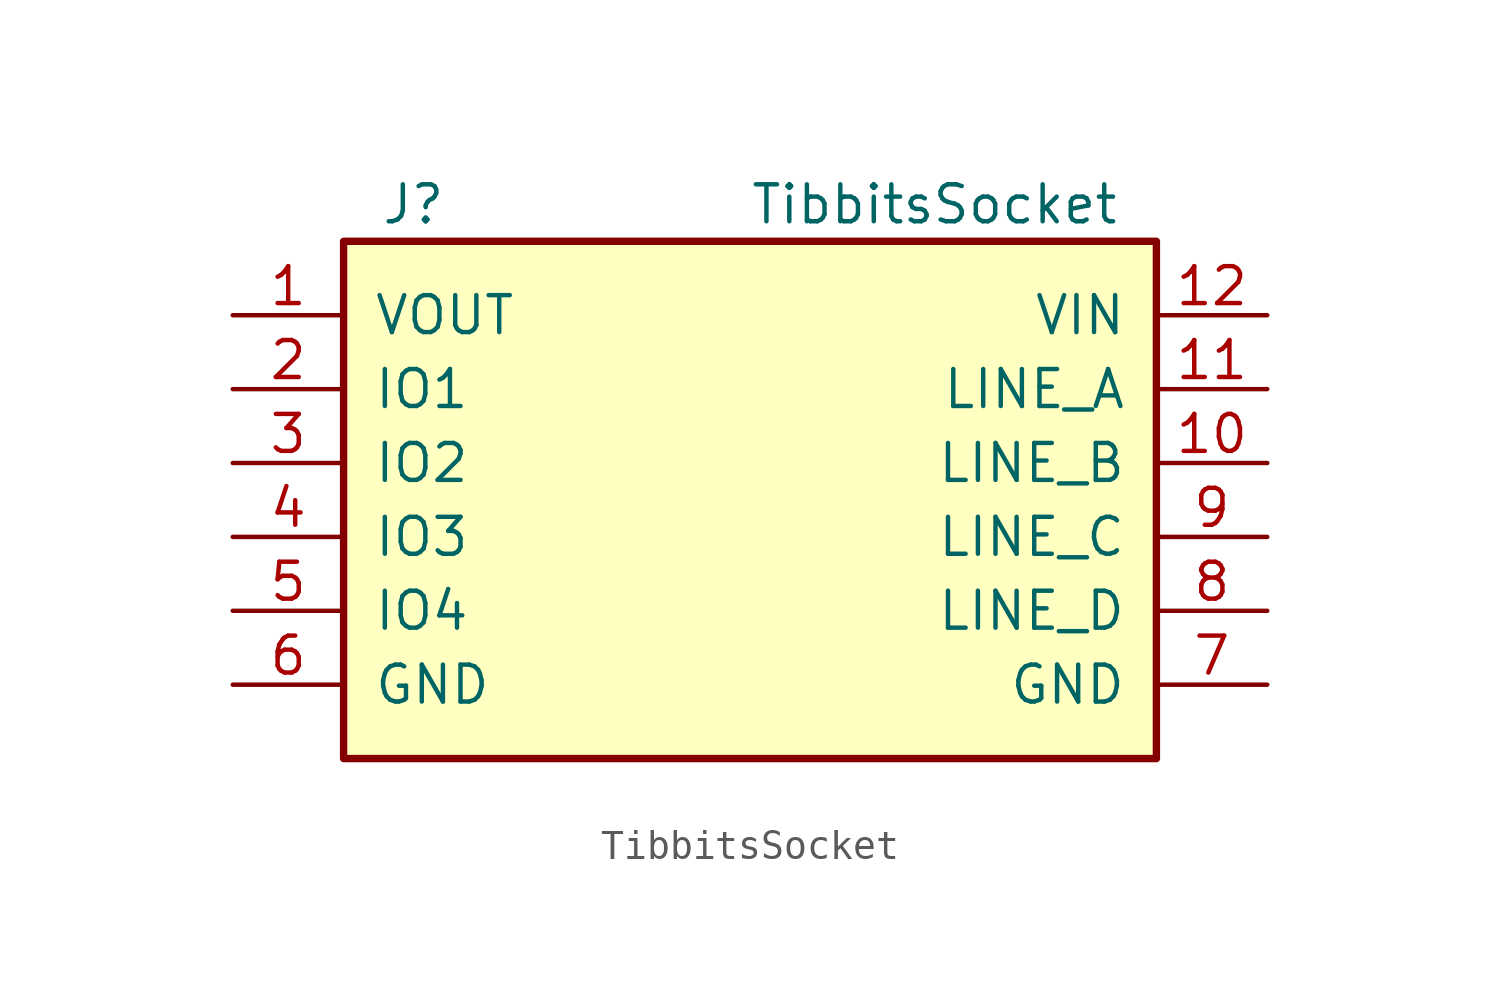
<source format=kicad_sym>
(kicad_symbol_lib
  (version 20220914)
  (generator kicad_symbol_editor)
  (symbol "TibbitsSocket"
    (pin_names
      (offset 1.016))
    (property "Reference" "J"
      (at -12.7 11.43 0)
      (effects (font (size 1.27 1.27)) (justify left)))
    (property "Value" "TibbitsSocket"
      (at 12.7 11.43 0)
      (effects (font (size 1.27 1.27)) (justify right)))
    (symbol "TibbitsSocket_0_1"
      (rectangle (start -13.97 10.16) (end 13.97 -7.62) (stroke (width 0.254) (type default)) (fill (type background))))
    (symbol "TibbitsSocket_1_1"
      (pin power_out line (at -17.78 7.62 0) (length 3.81) (name "VOUT" (effects (font (size 1.27 1.27)))) (number "1" (effects (font (size 1.27 1.27)))))
      (pin passive line (at 17.78 2.54 180) (length 3.81) (name "LINE_B" (effects (font (size 1.27 1.27)))) (number "10" (effects (font (size 1.27 1.27)))))
      (pin passive line (at 17.78 5.08 180) (length 3.81) (name "LINE_A" (effects (font (size 1.27 1.27)))) (number "11" (effects (font (size 1.27 1.27)))))
      (pin power_out line (at 17.78 7.62 180) (length 3.81) (name "VIN" (effects (font (size 1.27 1.27)))) (number "12" (effects (font (size 1.27 1.27)))))
      (pin passive line (at -17.78 5.08 0) (length 3.81) (name "IO1" (effects (font (size 1.27 1.27)))) (number "2" (effects (font (size 1.27 1.27)))))
      (pin passive line (at -17.78 2.54 0) (length 3.81) (name "IO2" (effects (font (size 1.27 1.27)))) (number "3" (effects (font (size 1.27 1.27)))))
      (pin passive line (at -17.78 0 0) (length 3.81) (name "IO3" (effects (font (size 1.27 1.27)))) (number "4" (effects (font (size 1.27 1.27)))))
      (pin passive line (at -17.78 -2.54 0) (length 3.81) (name "IO4" (effects (font (size 1.27 1.27)))) (number "5" (effects (font (size 1.27 1.27)))))
      (pin power_in line (at -17.78 -5.08 0) (length 3.81) (name "GND" (effects (font (size 1.27 1.27)))) (number "6" (effects (font (size 1.27 1.27)))))
      (pin power_in line (at 17.78 -5.08 180) (length 3.81) (name "GND" (effects (font (size 1.27 1.27)))) (number "7" (effects (font (size 1.27 1.27)))))
      (pin passive line (at 17.78 -2.54 180) (length 3.81) (name "LINE_D" (effects (font (size 1.27 1.27)))) (number "8" (effects (font (size 1.27 1.27)))))
      (pin passive line (at 17.78 0 180) (length 3.81) (name "LINE_C" (effects (font (size 1.27 1.27)))) (number "9" (effects (font (size 1.27 1.27))))))))
</source>
